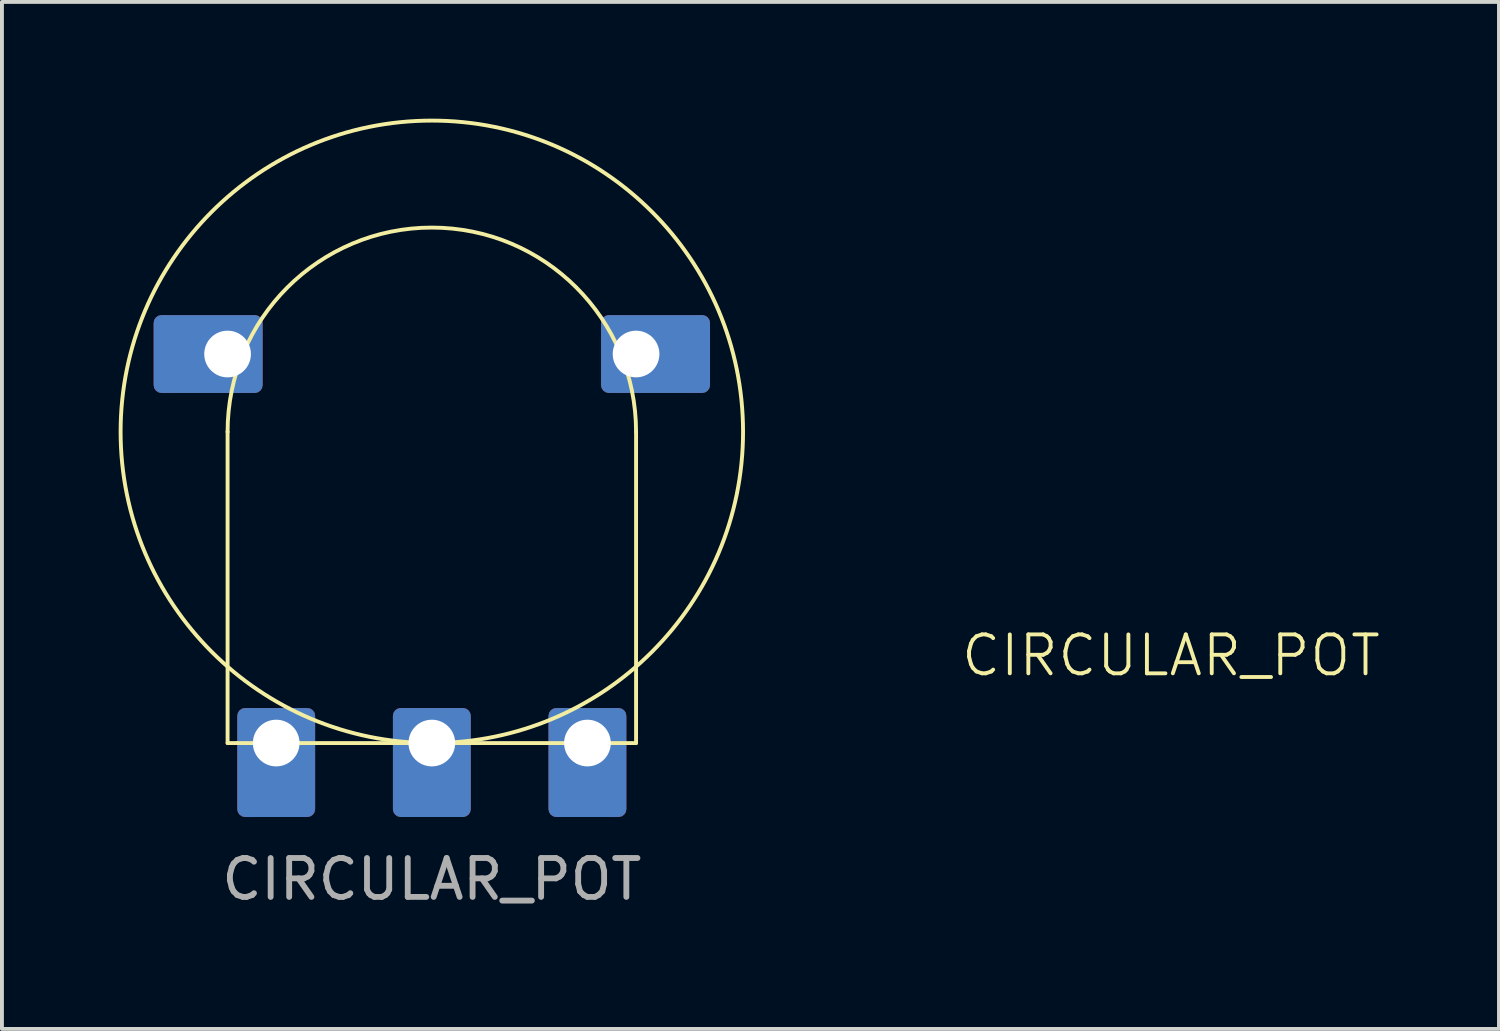
<source format=kicad_pcb>
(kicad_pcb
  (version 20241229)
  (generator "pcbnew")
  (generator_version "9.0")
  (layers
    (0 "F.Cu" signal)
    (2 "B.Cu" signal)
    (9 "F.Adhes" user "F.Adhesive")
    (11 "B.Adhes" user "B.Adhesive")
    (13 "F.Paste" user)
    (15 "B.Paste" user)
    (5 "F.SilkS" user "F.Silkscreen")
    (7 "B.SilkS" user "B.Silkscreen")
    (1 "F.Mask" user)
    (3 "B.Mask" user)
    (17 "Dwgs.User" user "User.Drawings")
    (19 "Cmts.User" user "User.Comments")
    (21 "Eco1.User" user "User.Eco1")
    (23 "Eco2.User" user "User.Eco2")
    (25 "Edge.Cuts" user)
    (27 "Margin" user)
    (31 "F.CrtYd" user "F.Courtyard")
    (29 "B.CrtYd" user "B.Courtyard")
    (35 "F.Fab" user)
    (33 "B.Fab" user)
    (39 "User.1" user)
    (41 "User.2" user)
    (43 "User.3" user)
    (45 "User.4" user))
  (footprint "CIRCULAR_POT"
    (layer "F.Cu")
    (at 8.05 8.05)
    (property "Reference" "CIRCULAR_POT" (at 19 5.75 0) (unlocked yes) (layer "F.SilkS") (effects (font (size 1 1) (thickness 0.1))))
    (attr through_hole)
    (fp_line (start -5.25 8) (end -5.25 0) (stroke (width 0.1) (type default)) (layer "F.SilkS"))
    (fp_line (start -5 8) (end -5.25 8) (stroke (width 0.1) (type default)) (layer "F.SilkS"))
    (fp_line (start 5.25 0) (end 5.25 8) (stroke (width 0.1) (type default)) (layer "F.SilkS"))
    (fp_line (start 5.25 8) (end -5 8) (stroke (width 0.1) (type default)) (layer "F.SilkS"))
    (fp_arc (start -5.25 0) (mid 0 -5.25) (end 5.25 0) (stroke (width 0.1) (type default)) (layer "F.SilkS"))
    (fp_circle (center 0 0) (end 8 0) (stroke (width 0.1) (type default)) (fill no) (layer "F.SilkS"))
    (fp_text user "${REFERENCE}" (at 0 11.5 0) (unlocked yes) (layer "F.Fab") (effects (font (size 1 1) (thickness 0.15))))
    (pad "1" thru_hole roundrect (at -4 8 180) (size 2 2.8) (drill 1.2 (offset 0 -0.5)) (layers "*.Cu" "*.Mask") (roundrect_rratio 0.1))
    (pad "2" thru_hole roundrect (at 0 8 180) (size 2 2.8) (drill 1.2 (offset 0 -0.5)) (layers "*.Cu" "*.Mask") (roundrect_rratio 0.1))
    (pad "3" thru_hole roundrect (at 4 8 180) (size 2 2.8) (drill 1.2 (offset 0 -0.5)) (layers "*.Cu" "*.Mask") (roundrect_rratio 0.1))
    (pad "body" thru_hole roundrect (at -5.25 -2 90) (size 2 2.8) (drill 1.2 (offset 0 -0.5)) (layers "*.Cu" "*.Mask") (roundrect_rratio 0.1))
    (pad "body" thru_hole roundrect (at 5.25 -2 270) (size 2 2.8) (drill 1.2 (offset 0 -0.5)) (layers "*.Cu" "*.Mask") (roundrect_rratio 0.1)))
  (gr_rect
    (start -3 -3)
    (end 35.481 23.398)
    (stroke (width 0.1) (type default))
    (fill no)
    (layer "Edge.Cuts")))
</source>
